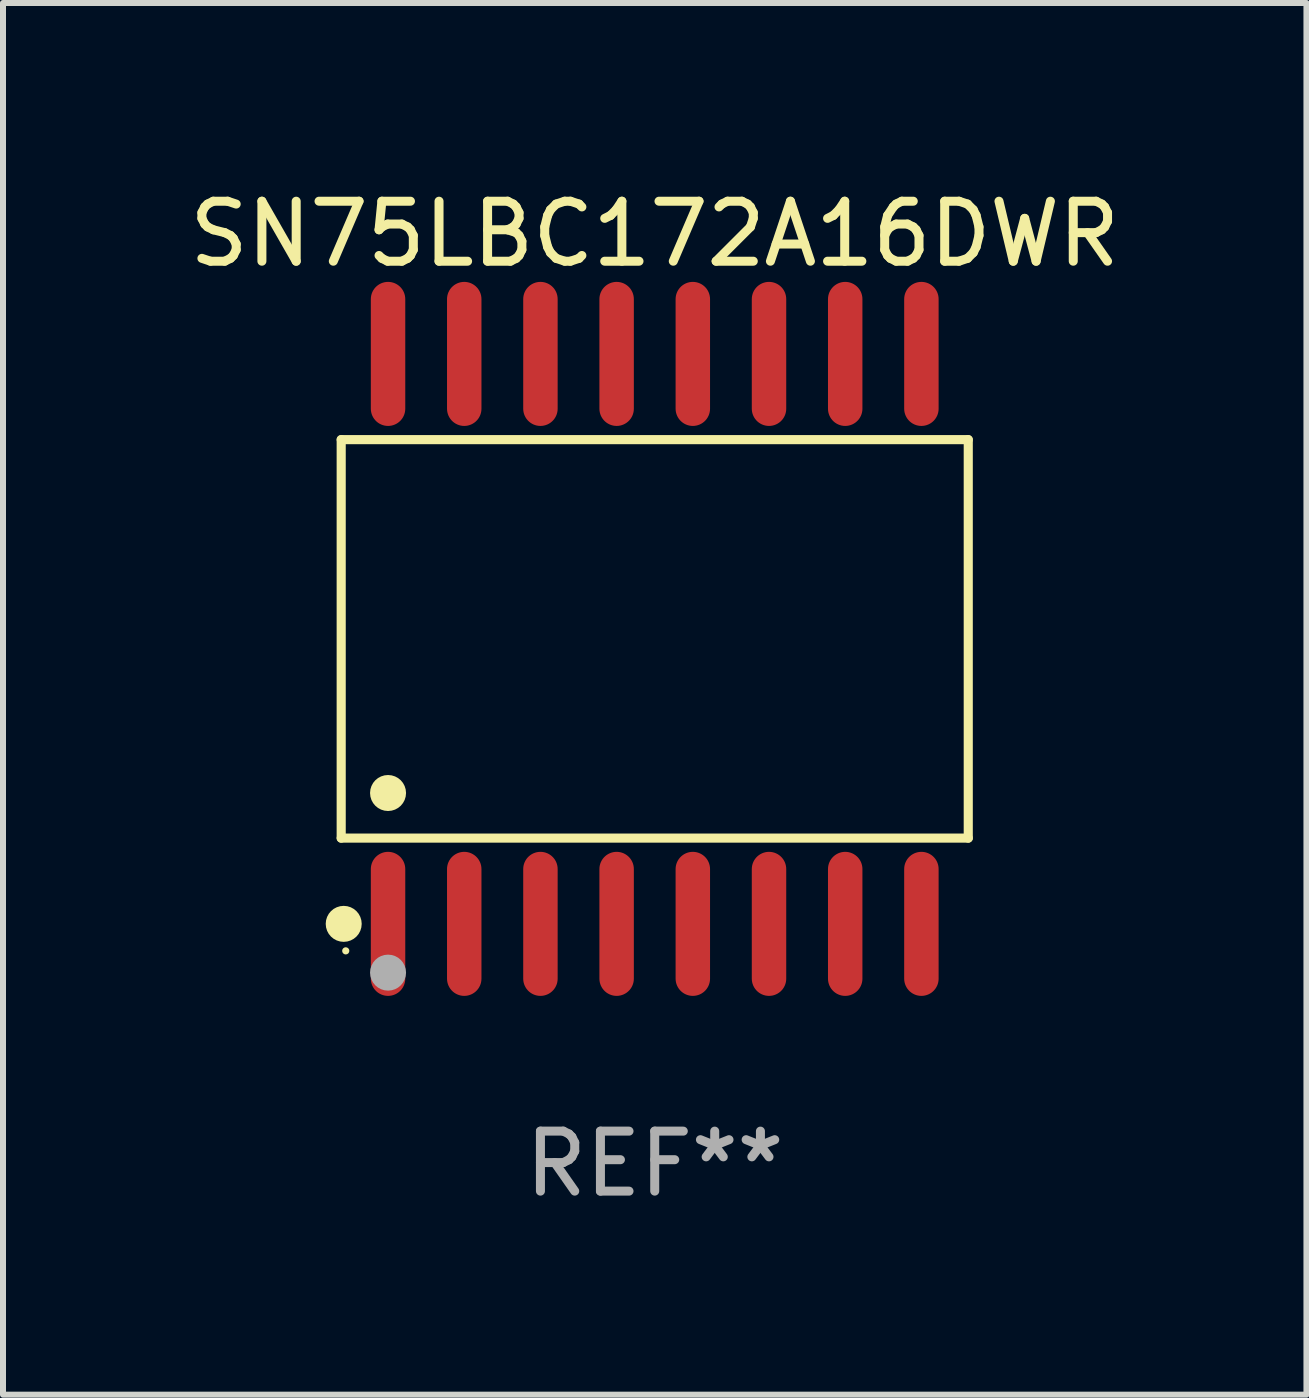
<source format=kicad_pcb>
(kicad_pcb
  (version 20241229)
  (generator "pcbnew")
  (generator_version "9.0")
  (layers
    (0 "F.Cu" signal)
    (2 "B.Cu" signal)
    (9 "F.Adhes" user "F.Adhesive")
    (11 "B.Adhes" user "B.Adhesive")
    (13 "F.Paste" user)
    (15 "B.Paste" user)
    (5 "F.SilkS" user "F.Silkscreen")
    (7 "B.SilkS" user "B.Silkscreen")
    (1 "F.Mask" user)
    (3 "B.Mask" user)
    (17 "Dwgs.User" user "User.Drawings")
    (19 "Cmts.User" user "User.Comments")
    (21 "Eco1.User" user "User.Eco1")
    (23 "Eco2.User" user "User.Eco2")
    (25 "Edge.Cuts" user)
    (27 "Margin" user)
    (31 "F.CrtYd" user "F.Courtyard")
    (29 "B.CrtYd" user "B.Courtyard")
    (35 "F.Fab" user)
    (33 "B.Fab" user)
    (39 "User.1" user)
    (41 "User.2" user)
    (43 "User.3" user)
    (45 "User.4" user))
  (footprint "SN75LBC172A16DWR"
    (layer "F.Cu")
    (at 7.863 7.599)
    (property "Reference" "SN75LBC172A16DWR" (at 0 -6.75 0) (layer "F.SilkS") (effects (font (size 1 1) (thickness 0.15))))
    (attr through_hole)
    (fp_line (start -5.226 -3.321) (end 5.226 -3.321) (stroke (width 0.152) (type solid)) (layer "F.SilkS"))
    (fp_line (start -5.226 3.321) (end -5.226 -3.321) (stroke (width 0.152) (type solid)) (layer "F.SilkS"))
    (fp_line (start 5.226 -3.321) (end 5.226 3.321) (stroke (width 0.152) (type solid)) (layer "F.SilkS"))
    (fp_line (start 5.226 3.321) (end -5.226 3.321) (stroke (width 0.152) (type solid)) (layer "F.SilkS"))
    (fp_circle (center -5.184 4.75) (end -5.034 4.75) (stroke (width 0.3) (type solid)) (fill no) (layer "F.SilkS"))
    (fp_circle (center -5.15 5.2) (end -5.12 5.2) (stroke (width 0.06) (type solid)) (fill no) (layer "F.SilkS"))
    (fp_circle (center -4.445 2.569) (end -4.295 2.569) (stroke (width 0.3) (type solid)) (fill no) (layer "F.SilkS"))
    (fp_circle (center -4.445 5.563) (end -4.295 5.563) (stroke (width 0.3) (type solid)) (fill no) (layer "F.Fab"))
    (fp_text user "REF**" (at 0 8.75 0) (layer "F.Fab") (effects (font (size 1 1) (thickness 0.15))))
    (pad "1" smd oval (at -4.445 4.75) (size 0.574 2.401) (layers "F.Cu" "F.Mask" "F.Paste"))
    (pad "2" smd oval (at -3.175 4.75) (size 0.574 2.401) (layers "F.Cu" "F.Mask" "F.Paste"))
    (pad "3" smd oval (at -1.905 4.75) (size 0.574 2.401) (layers "F.Cu" "F.Mask" "F.Paste"))
    (pad "4" smd oval (at -0.635 4.75) (size 0.574 2.401) (layers "F.Cu" "F.Mask" "F.Paste"))
    (pad "5" smd oval (at 0.635 4.75) (size 0.574 2.401) (layers "F.Cu" "F.Mask" "F.Paste"))
    (pad "6" smd oval (at 1.905 4.75) (size 0.574 2.401) (layers "F.Cu" "F.Mask" "F.Paste"))
    (pad "7" smd oval (at 3.175 4.75) (size 0.574 2.401) (layers "F.Cu" "F.Mask" "F.Paste"))
    (pad "8" smd oval (at 4.445 4.75) (size 0.574 2.401) (layers "F.Cu" "F.Mask" "F.Paste"))
    (pad "9" smd oval (at 4.445 -4.75) (size 0.574 2.401) (layers "F.Cu" "F.Mask" "F.Paste"))
    (pad "10" smd oval (at 3.175 -4.75) (size 0.574 2.401) (layers "F.Cu" "F.Mask" "F.Paste"))
    (pad "11" smd oval (at 1.905 -4.75) (size 0.574 2.401) (layers "F.Cu" "F.Mask" "F.Paste"))
    (pad "12" smd oval (at 0.635 -4.75) (size 0.574 2.401) (layers "F.Cu" "F.Mask" "F.Paste"))
    (pad "13" smd oval (at -0.635 -4.75) (size 0.574 2.401) (layers "F.Cu" "F.Mask" "F.Paste"))
    (pad "14" smd oval (at -1.905 -4.75) (size 0.574 2.401) (layers "F.Cu" "F.Mask" "F.Paste"))
    (pad "15" smd oval (at -3.175 -4.75) (size 0.574 2.401) (layers "F.Cu" "F.Mask" "F.Paste"))
    (pad "16" smd oval (at -4.445 -4.75) (size 0.574 2.401) (layers "F.Cu" "F.Mask" "F.Paste")))
  (gr_rect
    (start -3 -3)
    (end 18.726 20.197)
    (stroke (width 0.1) (type default))
    (fill no)
    (layer "Edge.Cuts")))
</source>
